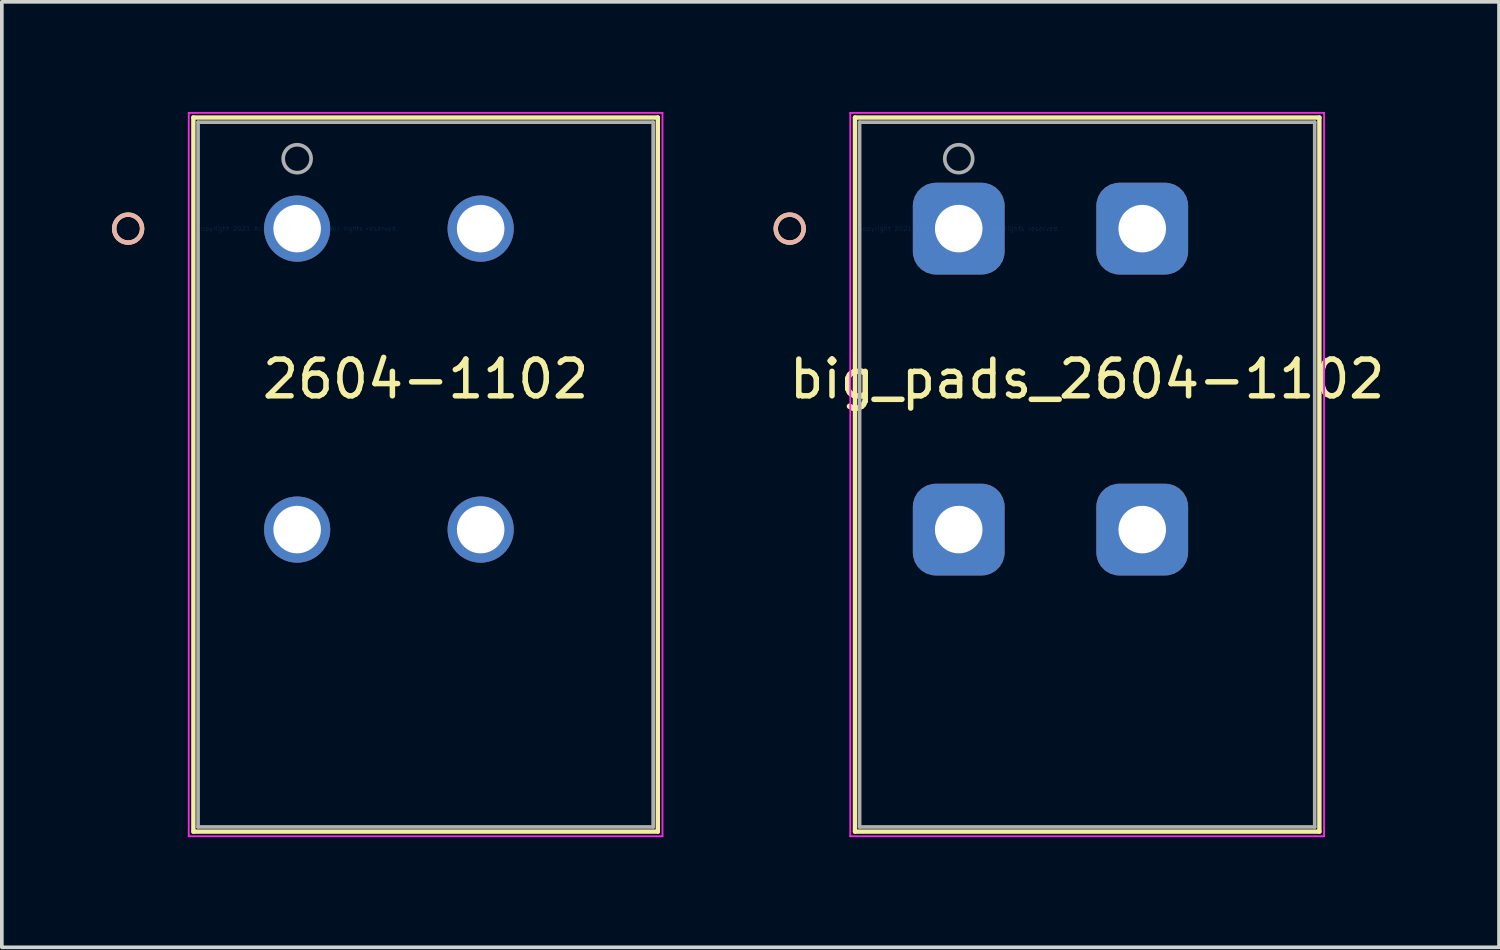
<source format=kicad_pcb>
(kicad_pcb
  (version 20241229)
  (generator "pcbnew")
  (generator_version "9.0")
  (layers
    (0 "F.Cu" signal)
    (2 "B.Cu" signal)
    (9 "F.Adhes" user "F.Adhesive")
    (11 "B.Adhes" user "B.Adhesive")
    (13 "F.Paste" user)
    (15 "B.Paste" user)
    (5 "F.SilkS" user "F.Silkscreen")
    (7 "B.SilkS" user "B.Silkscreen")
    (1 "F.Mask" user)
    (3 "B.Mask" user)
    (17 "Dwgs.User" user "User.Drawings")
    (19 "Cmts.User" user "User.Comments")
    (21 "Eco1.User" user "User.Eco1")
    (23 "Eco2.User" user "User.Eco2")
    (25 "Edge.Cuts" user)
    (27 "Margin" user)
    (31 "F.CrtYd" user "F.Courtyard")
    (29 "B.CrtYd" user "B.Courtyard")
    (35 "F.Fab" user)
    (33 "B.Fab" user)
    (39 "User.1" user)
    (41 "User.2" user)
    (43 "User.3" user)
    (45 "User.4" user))
  (footprint "big_pads_2604-1102"
    (layer "F.Cu")
    (at 23.071 3.179)
    (property "Reference" "big_pads_2604-1102" (at 3.5 4.1 0) (layer "F.SilkS") (effects (font (size 1 1) (thickness 0.15))))
    (attr through_hole)
    (fp_line (start -2.827 -3.027) (end -2.827 16.429) (stroke (width 0.12) (type solid)) (layer "F.SilkS"))
    (fp_line (start -2.827 16.429) (end 9.827 16.429) (stroke (width 0.12) (type solid)) (layer "F.SilkS"))
    (fp_line (start 9.827 -3.027) (end -2.827 -3.027) (stroke (width 0.12) (type solid)) (layer "F.SilkS"))
    (fp_line (start 9.827 16.429) (end 9.827 -3.027) (stroke (width 0.12) (type solid)) (layer "F.SilkS"))
    (fp_circle (center -4.605 0) (end -4.224 0) (stroke (width 0.12) (type solid)) (fill no) (layer "F.SilkS"))
    (fp_circle (center -4.605 0) (end -4.224 0) (stroke (width 0.12) (type solid)) (fill no) (layer "B.SilkS"))
    (fp_line (start -2.954 -3.154) (end -2.954 16.556) (stroke (width 0.05) (type solid)) (layer "F.CrtYd"))
    (fp_line (start -2.954 16.556) (end 9.954 16.556) (stroke (width 0.05) (type solid)) (layer "F.CrtYd"))
    (fp_line (start 9.954 -3.154) (end -2.954 -3.154) (stroke (width 0.05) (type solid)) (layer "F.CrtYd"))
    (fp_line (start 9.954 16.556) (end 9.954 -3.154) (stroke (width 0.05) (type solid)) (layer "F.CrtYd"))
    (fp_line (start -2.7 -2.9) (end -2.7 16.302) (stroke (width 0.1) (type solid)) (layer "F.Fab"))
    (fp_line (start -2.7 16.302) (end 9.7 16.302) (stroke (width 0.1) (type solid)) (layer "F.Fab"))
    (fp_line (start 9.7 -2.9) (end -2.7 -2.9) (stroke (width 0.1) (type solid)) (layer "F.Fab"))
    (fp_line (start 9.7 16.302) (end 9.7 -2.9) (stroke (width 0.1) (type solid)) (layer "F.Fab"))
    (fp_circle (center 0 -1.905) (end 0.381 -1.905) (stroke (width 0.1) (type solid)) (fill no) (layer "F.Fab"))
    (fp_text user "*" (at 0 0 0) (layer "F.SilkS") (effects (font (size 1 1) (thickness 0.15))))
    (fp_text user "Copyright 2021 Accelerated Designs. All rights reserved." (at 0 0 0) (layer "Cmts.User") (effects (font (size 0.127 0.127) (thickness 0.002))))
    (fp_text user "*" (at 0 0 0) (layer "F.Fab") (effects (font (size 1 1) (thickness 0.15))))
    (pad "1" thru_hole roundrect (at 0 0) (size 2.5 2.5) (drill 1.295) (layers "*.Cu" "*.Mask") (roundrect_rratio 0.25))
    (pad "2" thru_hole roundrect (at 0 8.2) (size 2.5 2.5) (drill 1.295) (layers "*.Cu" "*.Mask") (roundrect_rratio 0.25))
    (pad "3" thru_hole roundrect (at 5 0) (size 2.5 2.5) (drill 1.295) (layers "*.Cu" "*.Mask") (roundrect_rratio 0.25))
    (pad "4" thru_hole roundrect (at 5 8.2) (size 2.5 2.5) (drill 1.295) (layers "*.Cu" "*.Mask") (roundrect_rratio 0.25)))
  (footprint "2604-1102"
    (layer "F.Cu")
    (at 5.046 3.179)
    (property "Reference" "2604-1102" (at 3.5 4.1 0) (layer "F.SilkS") (effects (font (size 1 1) (thickness 0.15))))
    (attr through_hole)
    (fp_line (start -2.827 -3.027) (end -2.827 16.429) (stroke (width 0.12) (type solid)) (layer "F.SilkS"))
    (fp_line (start -2.827 16.429) (end 9.827 16.429) (stroke (width 0.12) (type solid)) (layer "F.SilkS"))
    (fp_line (start 9.827 -3.027) (end -2.827 -3.027) (stroke (width 0.12) (type solid)) (layer "F.SilkS"))
    (fp_line (start 9.827 16.429) (end 9.827 -3.027) (stroke (width 0.12) (type solid)) (layer "F.SilkS"))
    (fp_circle (center -4.605 0) (end -4.224 0) (stroke (width 0.12) (type solid)) (fill no) (layer "F.SilkS"))
    (fp_circle (center -4.605 0) (end -4.224 0) (stroke (width 0.12) (type solid)) (fill no) (layer "B.SilkS"))
    (fp_line (start -2.954 -3.154) (end -2.954 16.556) (stroke (width 0.05) (type solid)) (layer "F.CrtYd"))
    (fp_line (start -2.954 16.556) (end 9.954 16.556) (stroke (width 0.05) (type solid)) (layer "F.CrtYd"))
    (fp_line (start 9.954 -3.154) (end -2.954 -3.154) (stroke (width 0.05) (type solid)) (layer "F.CrtYd"))
    (fp_line (start 9.954 16.556) (end 9.954 -3.154) (stroke (width 0.05) (type solid)) (layer "F.CrtYd"))
    (fp_line (start -2.7 -2.9) (end -2.7 16.302) (stroke (width 0.1) (type solid)) (layer "F.Fab"))
    (fp_line (start -2.7 16.302) (end 9.7 16.302) (stroke (width 0.1) (type solid)) (layer "F.Fab"))
    (fp_line (start 9.7 -2.9) (end -2.7 -2.9) (stroke (width 0.1) (type solid)) (layer "F.Fab"))
    (fp_line (start 9.7 16.302) (end 9.7 -2.9) (stroke (width 0.1) (type solid)) (layer "F.Fab"))
    (fp_circle (center 0 -1.905) (end 0.381 -1.905) (stroke (width 0.1) (type solid)) (fill no) (layer "F.Fab"))
    (fp_text user "*" (at 0 0 0) (layer "F.SilkS") (effects (font (size 1 1) (thickness 0.15))))
    (fp_text user "Copyright 2021 Accelerated Designs. All rights reserved." (at 0 0 0) (layer "Cmts.User") (effects (font (size 0.127 0.127) (thickness 0.002))))
    (fp_text user "*" (at 0 0 0) (layer "F.Fab") (effects (font (size 1 1) (thickness 0.15))))
    (pad "1" thru_hole circle (at 0 0) (size 1.803 1.803) (drill 1.295) (layers "*.Cu" "*.Mask"))
    (pad "2" thru_hole circle (at 0 8.2) (size 1.803 1.803) (drill 1.295) (layers "*.Cu" "*.Mask"))
    (pad "3" thru_hole circle (at 5 0) (size 1.803 1.803) (drill 1.295) (layers "*.Cu" "*.Mask"))
    (pad "4" thru_hole circle (at 5 8.2) (size 1.803 1.803) (drill 1.295) (layers "*.Cu" "*.Mask")))
  (gr_rect
    (start -3 -3)
    (end 37.791 22.76)
    (stroke (width 0.1) (type default))
    (fill no)
    (layer "Edge.Cuts")))
</source>
